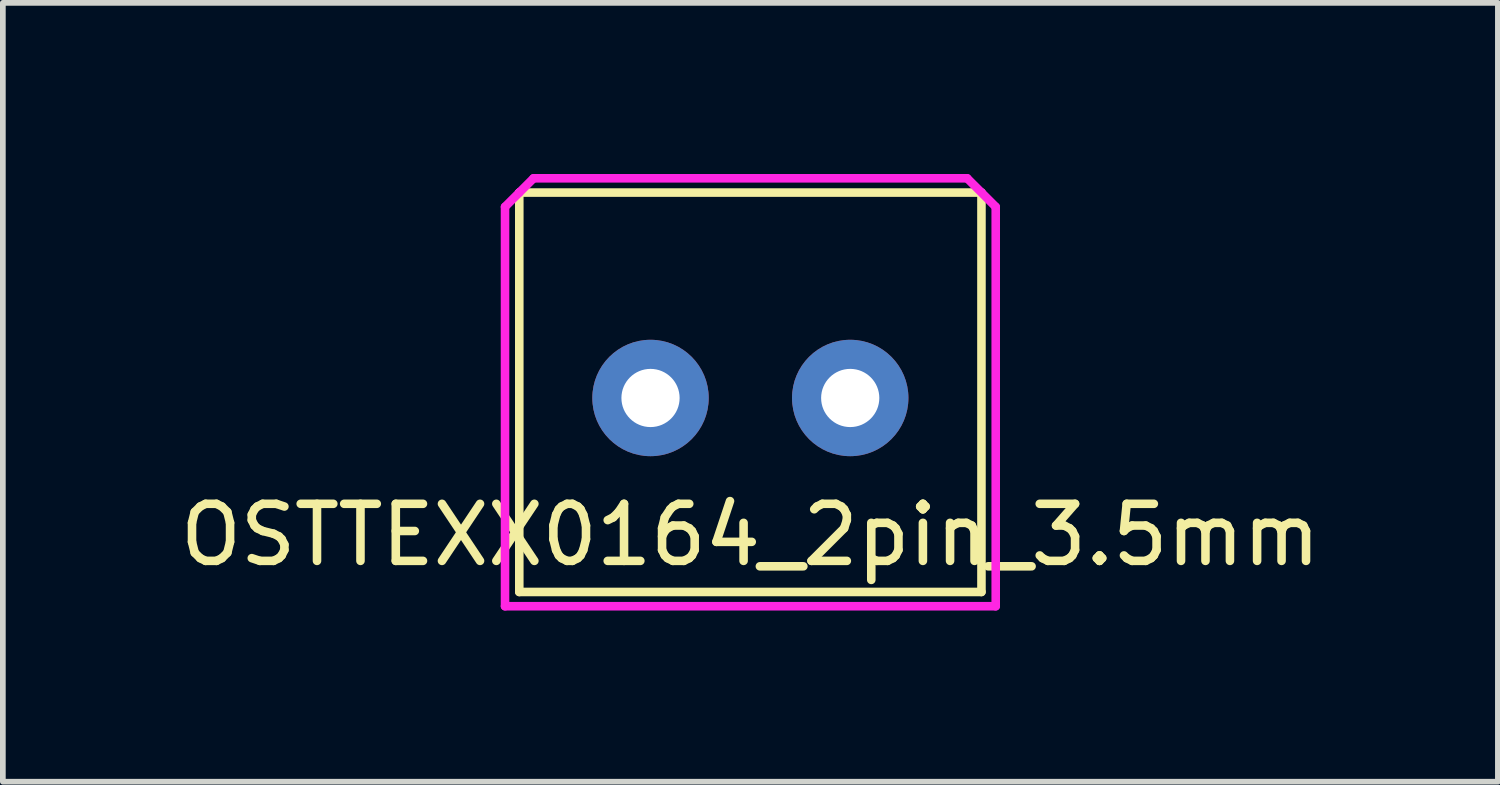
<source format=kicad_pcb>
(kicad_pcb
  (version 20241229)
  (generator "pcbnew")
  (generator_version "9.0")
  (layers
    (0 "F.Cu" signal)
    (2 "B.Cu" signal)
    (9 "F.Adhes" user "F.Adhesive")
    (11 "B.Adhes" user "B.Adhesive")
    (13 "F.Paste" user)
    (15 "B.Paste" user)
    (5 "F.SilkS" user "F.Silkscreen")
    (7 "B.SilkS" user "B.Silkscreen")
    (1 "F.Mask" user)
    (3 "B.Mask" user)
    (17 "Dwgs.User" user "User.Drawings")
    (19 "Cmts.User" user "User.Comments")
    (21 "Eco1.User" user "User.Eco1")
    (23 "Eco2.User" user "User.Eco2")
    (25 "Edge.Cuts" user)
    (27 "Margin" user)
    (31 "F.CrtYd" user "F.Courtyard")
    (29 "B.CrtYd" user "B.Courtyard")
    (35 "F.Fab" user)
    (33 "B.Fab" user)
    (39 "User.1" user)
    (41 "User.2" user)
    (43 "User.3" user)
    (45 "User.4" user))
  (footprint "OSTTEXX0164_2pin_3.5mm"
    (layer "F.Cu")
    (at 10.101 3.925)
    (property "Reference" "OSTTEXX0164_2pin_3.5mm" (at 0 2.4 0) (layer "F.SilkS") (effects (font (size 1 1) (thickness 0.15))))
    (attr through_hole)
    (fp_line (start -4.05 -3.6) (end 4.05 -3.6) (stroke (width 0.15) (type solid)) (layer "F.SilkS"))
    (fp_line (start -4.05 3.4) (end -4.05 -3.6) (stroke (width 0.15) (type solid)) (layer "F.SilkS"))
    (fp_line (start 4.05 -3.6) (end 4.05 3.4) (stroke (width 0.15) (type solid)) (layer "F.SilkS"))
    (fp_line (start 4.05 3.4) (end -4.05 3.4) (stroke (width 0.15) (type solid)) (layer "F.SilkS"))
    (fp_line (start -4.3 -3.35) (end -4.05 -3.6) (stroke (width 0.15) (type solid)) (layer "F.CrtYd"))
    (fp_line (start -4.3 3.65) (end -4.3 -3.35) (stroke (width 0.15) (type solid)) (layer "F.CrtYd"))
    (fp_line (start -4.05 -3.6) (end -3.8 -3.85) (stroke (width 0.15) (type solid)) (layer "F.CrtYd"))
    (fp_line (start -3.8 -3.85) (end 3.8 -3.85) (stroke (width 0.15) (type solid)) (layer "F.CrtYd"))
    (fp_line (start 3.8 -3.85) (end 4.3 -3.35) (stroke (width 0.15) (type solid)) (layer "F.CrtYd"))
    (fp_line (start 4.3 -3.35) (end 4.3 3.65) (stroke (width 0.15) (type solid)) (layer "F.CrtYd"))
    (fp_line (start 4.3 3.65) (end -4.3 3.65) (stroke (width 0.15) (type solid)) (layer "F.CrtYd"))
    (pad "1" thru_hole circle (at -1.75 0) (size 2.04 2.04) (drill 1.02) (layers "*.Cu" "*.Mask"))
    (pad "2" thru_hole circle (at 1.75 0) (size 2.04 2.04) (drill 1.02) (layers "*.Cu" "*.Mask")))
  (gr_rect
    (start -3 -3)
    (end 23.202 10.65)
    (stroke (width 0.1) (type default))
    (fill no)
    (layer "Edge.Cuts")))
</source>
